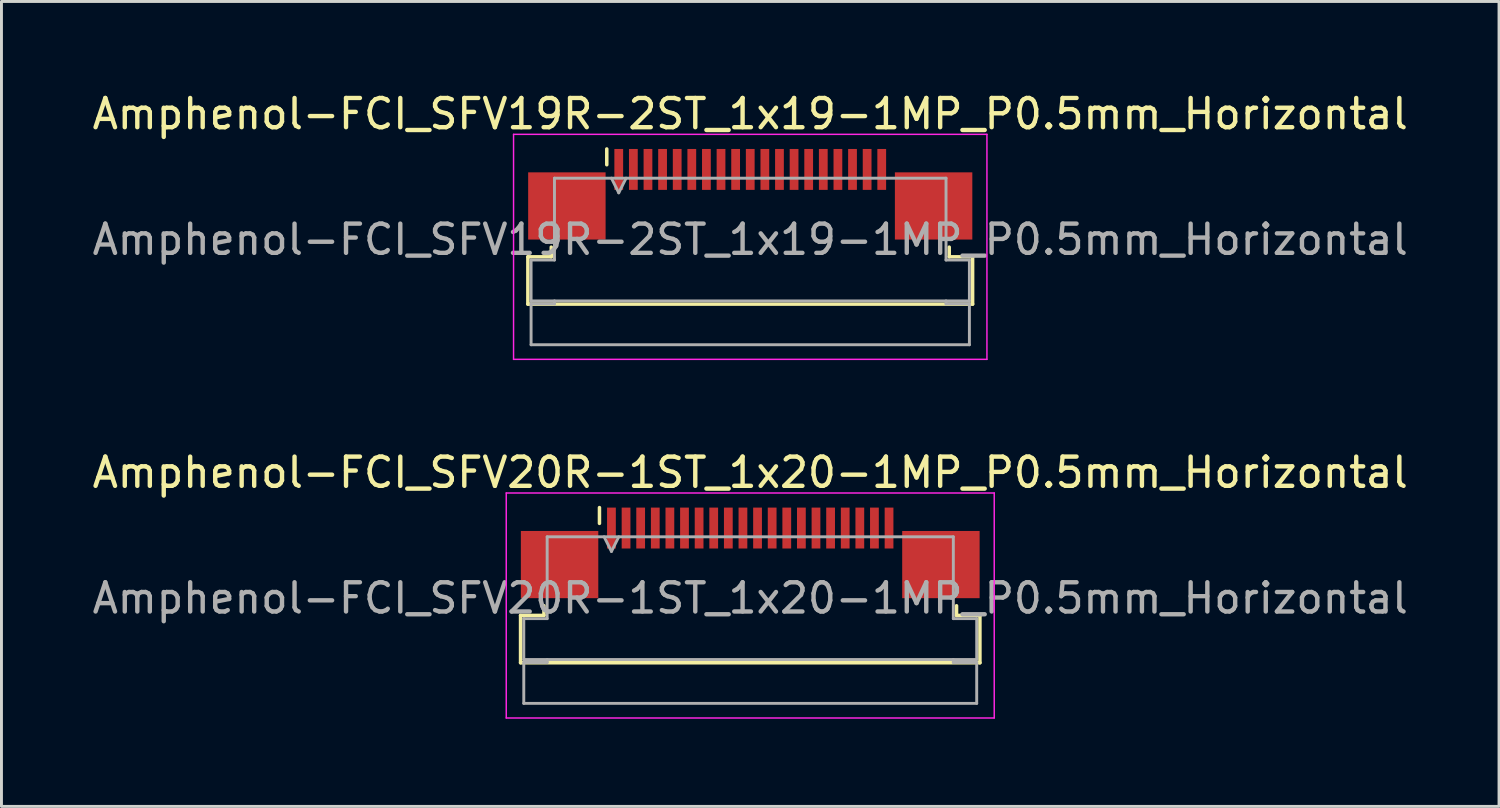
<source format=kicad_pcb>
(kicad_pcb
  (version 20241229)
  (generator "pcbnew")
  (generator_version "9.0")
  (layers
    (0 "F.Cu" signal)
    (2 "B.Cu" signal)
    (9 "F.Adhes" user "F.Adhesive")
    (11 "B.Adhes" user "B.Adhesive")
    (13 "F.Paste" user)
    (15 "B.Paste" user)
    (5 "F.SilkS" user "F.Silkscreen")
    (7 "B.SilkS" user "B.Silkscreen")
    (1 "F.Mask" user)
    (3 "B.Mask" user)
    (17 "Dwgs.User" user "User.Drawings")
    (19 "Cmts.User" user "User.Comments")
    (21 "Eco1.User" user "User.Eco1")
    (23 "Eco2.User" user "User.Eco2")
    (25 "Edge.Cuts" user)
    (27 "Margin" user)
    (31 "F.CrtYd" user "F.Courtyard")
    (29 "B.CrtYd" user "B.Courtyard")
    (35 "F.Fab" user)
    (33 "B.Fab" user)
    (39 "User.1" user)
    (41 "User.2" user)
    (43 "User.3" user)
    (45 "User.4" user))
  (footprint "Amphenol-FCI_SFV20R-1ST_1x20-1MP_P0.5mm_Horizontal"
    (layer "F.Cu")
    (at 22.625 17.021)
    (property "Reference" "Amphenol-FCI_SFV20R-1ST_1x20-1MP_P0.5mm_Horizontal" (at 0 -3.9 0) (layer "F.SilkS") (effects (font (size 1 1) (thickness 0.15))))
    (attr smd)
    (fp_line (start -7.86 0.99) (end -7.06 0.99) (stroke (width 0.12) (type solid)) (layer "F.SilkS"))
    (fp_line (start -7.86 2.61) (end -7.86 0.99) (stroke (width 0.12) (type solid)) (layer "F.SilkS"))
    (fp_line (start -7.06 0.99) (end -7.06 0.66) (stroke (width 0.12) (type solid)) (layer "F.SilkS"))
    (fp_line (start -5.16 -2.16) (end -5.16 -2.7) (stroke (width 0.12) (type solid)) (layer "F.SilkS"))
    (fp_line (start 7.06 0.66) (end 7.06 0.99) (stroke (width 0.12) (type solid)) (layer "F.SilkS"))
    (fp_line (start 7.06 0.99) (end 7.86 0.99) (stroke (width 0.12) (type solid)) (layer "F.SilkS"))
    (fp_line (start 7.86 0.99) (end 7.86 2.61) (stroke (width 0.12) (type solid)) (layer "F.SilkS"))
    (fp_line (start 7.86 2.61) (end -7.86 2.61) (stroke (width 0.12) (type solid)) (layer "F.SilkS"))
    (fp_line (start -8.35 -3.2) (end -8.35 4.5) (stroke (width 0.05) (type solid)) (layer "F.CrtYd"))
    (fp_line (start -8.35 4.5) (end 8.35 4.5) (stroke (width 0.05) (type solid)) (layer "F.CrtYd"))
    (fp_line (start 8.35 -3.2) (end -8.35 -3.2) (stroke (width 0.05) (type solid)) (layer "F.CrtYd"))
    (fp_line (start 8.35 4.5) (end 8.35 -3.2) (stroke (width 0.05) (type solid)) (layer "F.CrtYd"))
    (fp_line (start -7.75 1.1) (end -6.95 1.1) (stroke (width 0.1) (type solid)) (layer "F.Fab"))
    (fp_line (start -7.75 2.5) (end -7.75 1.1) (stroke (width 0.1) (type solid)) (layer "F.Fab"))
    (fp_line (start -7.75 2.6) (end -6.95 2.6) (stroke (width 0.1) (type solid)) (layer "F.Fab"))
    (fp_line (start -7.75 4) (end -7.75 2.6) (stroke (width 0.1) (type solid)) (layer "F.Fab"))
    (fp_line (start -6.95 -1.7) (end 6.95 -1.7) (stroke (width 0.1) (type solid)) (layer "F.Fab"))
    (fp_line (start -6.95 1.1) (end -6.95 -1.7) (stroke (width 0.1) (type solid)) (layer "F.Fab"))
    (fp_line (start -6.95 2.6) (end -6.95 2.5) (stroke (width 0.1) (type solid)) (layer "F.Fab"))
    (fp_line (start -5 -1.7) (end -4.75 -1.2) (stroke (width 0.1) (type solid)) (layer "F.Fab"))
    (fp_line (start -4.75 -1.2) (end -4.5 -1.7) (stroke (width 0.1) (type solid)) (layer "F.Fab"))
    (fp_line (start 6.95 -1.7) (end 6.95 1.1) (stroke (width 0.1) (type solid)) (layer "F.Fab"))
    (fp_line (start 6.95 1.1) (end 7.75 1.1) (stroke (width 0.1) (type solid)) (layer "F.Fab"))
    (fp_line (start 6.95 2.5) (end 6.95 2.6) (stroke (width 0.1) (type solid)) (layer "F.Fab"))
    (fp_line (start 6.95 2.6) (end 7.75 2.6) (stroke (width 0.1) (type solid)) (layer "F.Fab"))
    (fp_line (start 7.75 1.1) (end 7.75 2.5) (stroke (width 0.1) (type solid)) (layer "F.Fab"))
    (fp_line (start 7.75 2.5) (end -7.75 2.5) (stroke (width 0.1) (type solid)) (layer "F.Fab"))
    (fp_line (start 7.75 2.6) (end 7.75 4) (stroke (width 0.1) (type solid)) (layer "F.Fab"))
    (fp_line (start 7.75 4) (end -7.75 4) (stroke (width 0.1) (type solid)) (layer "F.Fab"))
    (fp_text user "${REFERENCE}" (at 0 0.4 0) (layer "F.Fab") (effects (font (size 1 1) (thickness 0.15))))
    (pad "1" smd rect (at -4.75 -2) (size 0.3 1.4) (layers "F.Cu" "F.Mask" "F.Paste"))
    (pad "2" smd rect (at -4.25 -2) (size 0.3 1.4) (layers "F.Cu" "F.Mask" "F.Paste"))
    (pad "3" smd rect (at -3.75 -2) (size 0.3 1.4) (layers "F.Cu" "F.Mask" "F.Paste"))
    (pad "4" smd rect (at -3.25 -2) (size 0.3 1.4) (layers "F.Cu" "F.Mask" "F.Paste"))
    (pad "5" smd rect (at -2.75 -2) (size 0.3 1.4) (layers "F.Cu" "F.Mask" "F.Paste"))
    (pad "6" smd rect (at -2.25 -2) (size 0.3 1.4) (layers "F.Cu" "F.Mask" "F.Paste"))
    (pad "7" smd rect (at -1.75 -2) (size 0.3 1.4) (layers "F.Cu" "F.Mask" "F.Paste"))
    (pad "8" smd rect (at -1.25 -2) (size 0.3 1.4) (layers "F.Cu" "F.Mask" "F.Paste"))
    (pad "9" smd rect (at -0.75 -2) (size 0.3 1.4) (layers "F.Cu" "F.Mask" "F.Paste"))
    (pad "10" smd rect (at -0.25 -2) (size 0.3 1.4) (layers "F.Cu" "F.Mask" "F.Paste"))
    (pad "11" smd rect (at 0.25 -2) (size 0.3 1.4) (layers "F.Cu" "F.Mask" "F.Paste"))
    (pad "12" smd rect (at 0.75 -2) (size 0.3 1.4) (layers "F.Cu" "F.Mask" "F.Paste"))
    (pad "13" smd rect (at 1.25 -2) (size 0.3 1.4) (layers "F.Cu" "F.Mask" "F.Paste"))
    (pad "14" smd rect (at 1.75 -2) (size 0.3 1.4) (layers "F.Cu" "F.Mask" "F.Paste"))
    (pad "15" smd rect (at 2.25 -2) (size 0.3 1.4) (layers "F.Cu" "F.Mask" "F.Paste"))
    (pad "16" smd rect (at 2.75 -2) (size 0.3 1.4) (layers "F.Cu" "F.Mask" "F.Paste"))
    (pad "17" smd rect (at 3.25 -2) (size 0.3 1.4) (layers "F.Cu" "F.Mask" "F.Paste"))
    (pad "18" smd rect (at 3.75 -2) (size 0.3 1.4) (layers "F.Cu" "F.Mask" "F.Paste"))
    (pad "19" smd rect (at 4.25 -2) (size 0.3 1.4) (layers "F.Cu" "F.Mask" "F.Paste"))
    (pad "20" smd rect (at 4.75 -2) (size 0.3 1.4) (layers "F.Cu" "F.Mask" "F.Paste"))
    (pad "MP" smd rect (at -6.525 -0.75) (size 2.65 2.3) (layers "F.Cu" "F.Mask" "F.Paste"))
    (pad "MP" smd rect (at 6.525 -0.75) (size 2.65 2.3) (layers "F.Cu" "F.Mask" "F.Paste")))
  (footprint "Amphenol-FCI_SFV19R-2ST_1x19-1MP_P0.5mm_Horizontal"
    (layer "F.Cu")
    (at 22.625 4.748)
    (property "Reference" "Amphenol-FCI_SFV19R-2ST_1x19-1MP_P0.5mm_Horizontal" (at 0 -3.9 0) (layer "F.SilkS") (effects (font (size 1 1) (thickness 0.15))))
    (attr smd)
    (fp_line (start -7.61 0.99) (end -6.81 0.99) (stroke (width 0.12) (type solid)) (layer "F.SilkS"))
    (fp_line (start -7.61 2.61) (end -7.61 0.99) (stroke (width 0.12) (type solid)) (layer "F.SilkS"))
    (fp_line (start -6.81 0.99) (end -6.81 0.66) (stroke (width 0.12) (type solid)) (layer "F.SilkS"))
    (fp_line (start -4.91 -2.16) (end -4.91 -2.7) (stroke (width 0.12) (type solid)) (layer "F.SilkS"))
    (fp_line (start 6.81 0.66) (end 6.81 0.99) (stroke (width 0.12) (type solid)) (layer "F.SilkS"))
    (fp_line (start 6.81 0.99) (end 7.61 0.99) (stroke (width 0.12) (type solid)) (layer "F.SilkS"))
    (fp_line (start 7.61 0.99) (end 7.61 2.61) (stroke (width 0.12) (type solid)) (layer "F.SilkS"))
    (fp_line (start 7.61 2.61) (end -7.61 2.61) (stroke (width 0.12) (type solid)) (layer "F.SilkS"))
    (fp_line (start -8.1 -3.2) (end -8.1 4.5) (stroke (width 0.05) (type solid)) (layer "F.CrtYd"))
    (fp_line (start -8.1 4.5) (end 8.1 4.5) (stroke (width 0.05) (type solid)) (layer "F.CrtYd"))
    (fp_line (start 8.1 -3.2) (end -8.1 -3.2) (stroke (width 0.05) (type solid)) (layer "F.CrtYd"))
    (fp_line (start 8.1 4.5) (end 8.1 -3.2) (stroke (width 0.05) (type solid)) (layer "F.CrtYd"))
    (fp_line (start -7.5 1.1) (end -6.7 1.1) (stroke (width 0.1) (type solid)) (layer "F.Fab"))
    (fp_line (start -7.5 2.5) (end -7.5 1.1) (stroke (width 0.1) (type solid)) (layer "F.Fab"))
    (fp_line (start -7.5 2.6) (end -6.7 2.6) (stroke (width 0.1) (type solid)) (layer "F.Fab"))
    (fp_line (start -7.5 4) (end -7.5 2.6) (stroke (width 0.1) (type solid)) (layer "F.Fab"))
    (fp_line (start -6.7 -1.7) (end 6.7 -1.7) (stroke (width 0.1) (type solid)) (layer "F.Fab"))
    (fp_line (start -6.7 1.1) (end -6.7 -1.7) (stroke (width 0.1) (type solid)) (layer "F.Fab"))
    (fp_line (start -6.7 2.6) (end -6.7 2.5) (stroke (width 0.1) (type solid)) (layer "F.Fab"))
    (fp_line (start -4.75 -1.7) (end -4.5 -1.2) (stroke (width 0.1) (type solid)) (layer "F.Fab"))
    (fp_line (start -4.5 -1.2) (end -4.25 -1.7) (stroke (width 0.1) (type solid)) (layer "F.Fab"))
    (fp_line (start 6.7 -1.7) (end 6.7 1.1) (stroke (width 0.1) (type solid)) (layer "F.Fab"))
    (fp_line (start 6.7 1.1) (end 7.5 1.1) (stroke (width 0.1) (type solid)) (layer "F.Fab"))
    (fp_line (start 6.7 2.5) (end 6.7 2.6) (stroke (width 0.1) (type solid)) (layer "F.Fab"))
    (fp_line (start 6.7 2.6) (end 7.5 2.6) (stroke (width 0.1) (type solid)) (layer "F.Fab"))
    (fp_line (start 7.5 1.1) (end 7.5 2.5) (stroke (width 0.1) (type solid)) (layer "F.Fab"))
    (fp_line (start 7.5 2.5) (end -7.5 2.5) (stroke (width 0.1) (type solid)) (layer "F.Fab"))
    (fp_line (start 7.5 2.6) (end 7.5 4) (stroke (width 0.1) (type solid)) (layer "F.Fab"))
    (fp_line (start 7.5 4) (end -7.5 4) (stroke (width 0.1) (type solid)) (layer "F.Fab"))
    (fp_text user "${REFERENCE}" (at 0 0.4 0) (layer "F.Fab") (effects (font (size 1 1) (thickness 0.15))))
    (pad "1" smd rect (at -4.5 -2) (size 0.3 1.4) (layers "F.Cu" "F.Mask" "F.Paste"))
    (pad "2" smd rect (at -4 -2) (size 0.3 1.4) (layers "F.Cu" "F.Mask" "F.Paste"))
    (pad "3" smd rect (at -3.5 -2) (size 0.3 1.4) (layers "F.Cu" "F.Mask" "F.Paste"))
    (pad "4" smd rect (at -3 -2) (size 0.3 1.4) (layers "F.Cu" "F.Mask" "F.Paste"))
    (pad "5" smd rect (at -2.5 -2) (size 0.3 1.4) (layers "F.Cu" "F.Mask" "F.Paste"))
    (pad "6" smd rect (at -2 -2) (size 0.3 1.4) (layers "F.Cu" "F.Mask" "F.Paste"))
    (pad "7" smd rect (at -1.5 -2) (size 0.3 1.4) (layers "F.Cu" "F.Mask" "F.Paste"))
    (pad "8" smd rect (at -1 -2) (size 0.3 1.4) (layers "F.Cu" "F.Mask" "F.Paste"))
    (pad "9" smd rect (at -0.5 -2) (size 0.3 1.4) (layers "F.Cu" "F.Mask" "F.Paste"))
    (pad "10" smd rect (at 0 -2) (size 0.3 1.4) (layers "F.Cu" "F.Mask" "F.Paste"))
    (pad "11" smd rect (at 0.5 -2) (size 0.3 1.4) (layers "F.Cu" "F.Mask" "F.Paste"))
    (pad "12" smd rect (at 1 -2) (size 0.3 1.4) (layers "F.Cu" "F.Mask" "F.Paste"))
    (pad "13" smd rect (at 1.5 -2) (size 0.3 1.4) (layers "F.Cu" "F.Mask" "F.Paste"))
    (pad "14" smd rect (at 2 -2) (size 0.3 1.4) (layers "F.Cu" "F.Mask" "F.Paste"))
    (pad "15" smd rect (at 2.5 -2) (size 0.3 1.4) (layers "F.Cu" "F.Mask" "F.Paste"))
    (pad "16" smd rect (at 3 -2) (size 0.3 1.4) (layers "F.Cu" "F.Mask" "F.Paste"))
    (pad "17" smd rect (at 3.5 -2) (size 0.3 1.4) (layers "F.Cu" "F.Mask" "F.Paste"))
    (pad "18" smd rect (at 4 -2) (size 0.3 1.4) (layers "F.Cu" "F.Mask" "F.Paste"))
    (pad "19" smd rect (at 4.5 -2) (size 0.3 1.4) (layers "F.Cu" "F.Mask" "F.Paste"))
    (pad "MP" smd rect (at -6.275 -0.75) (size 2.65 2.3) (layers "F.Cu" "F.Mask" "F.Paste"))
    (pad "MP" smd rect (at 6.275 -0.75) (size 2.65 2.3) (layers "F.Cu" "F.Mask" "F.Paste")))
  (gr_rect
    (start -3 -3)
    (end 48.25 24.547)
    (stroke (width 0.1) (type default))
    (fill no)
    (layer "Edge.Cuts")))
</source>
